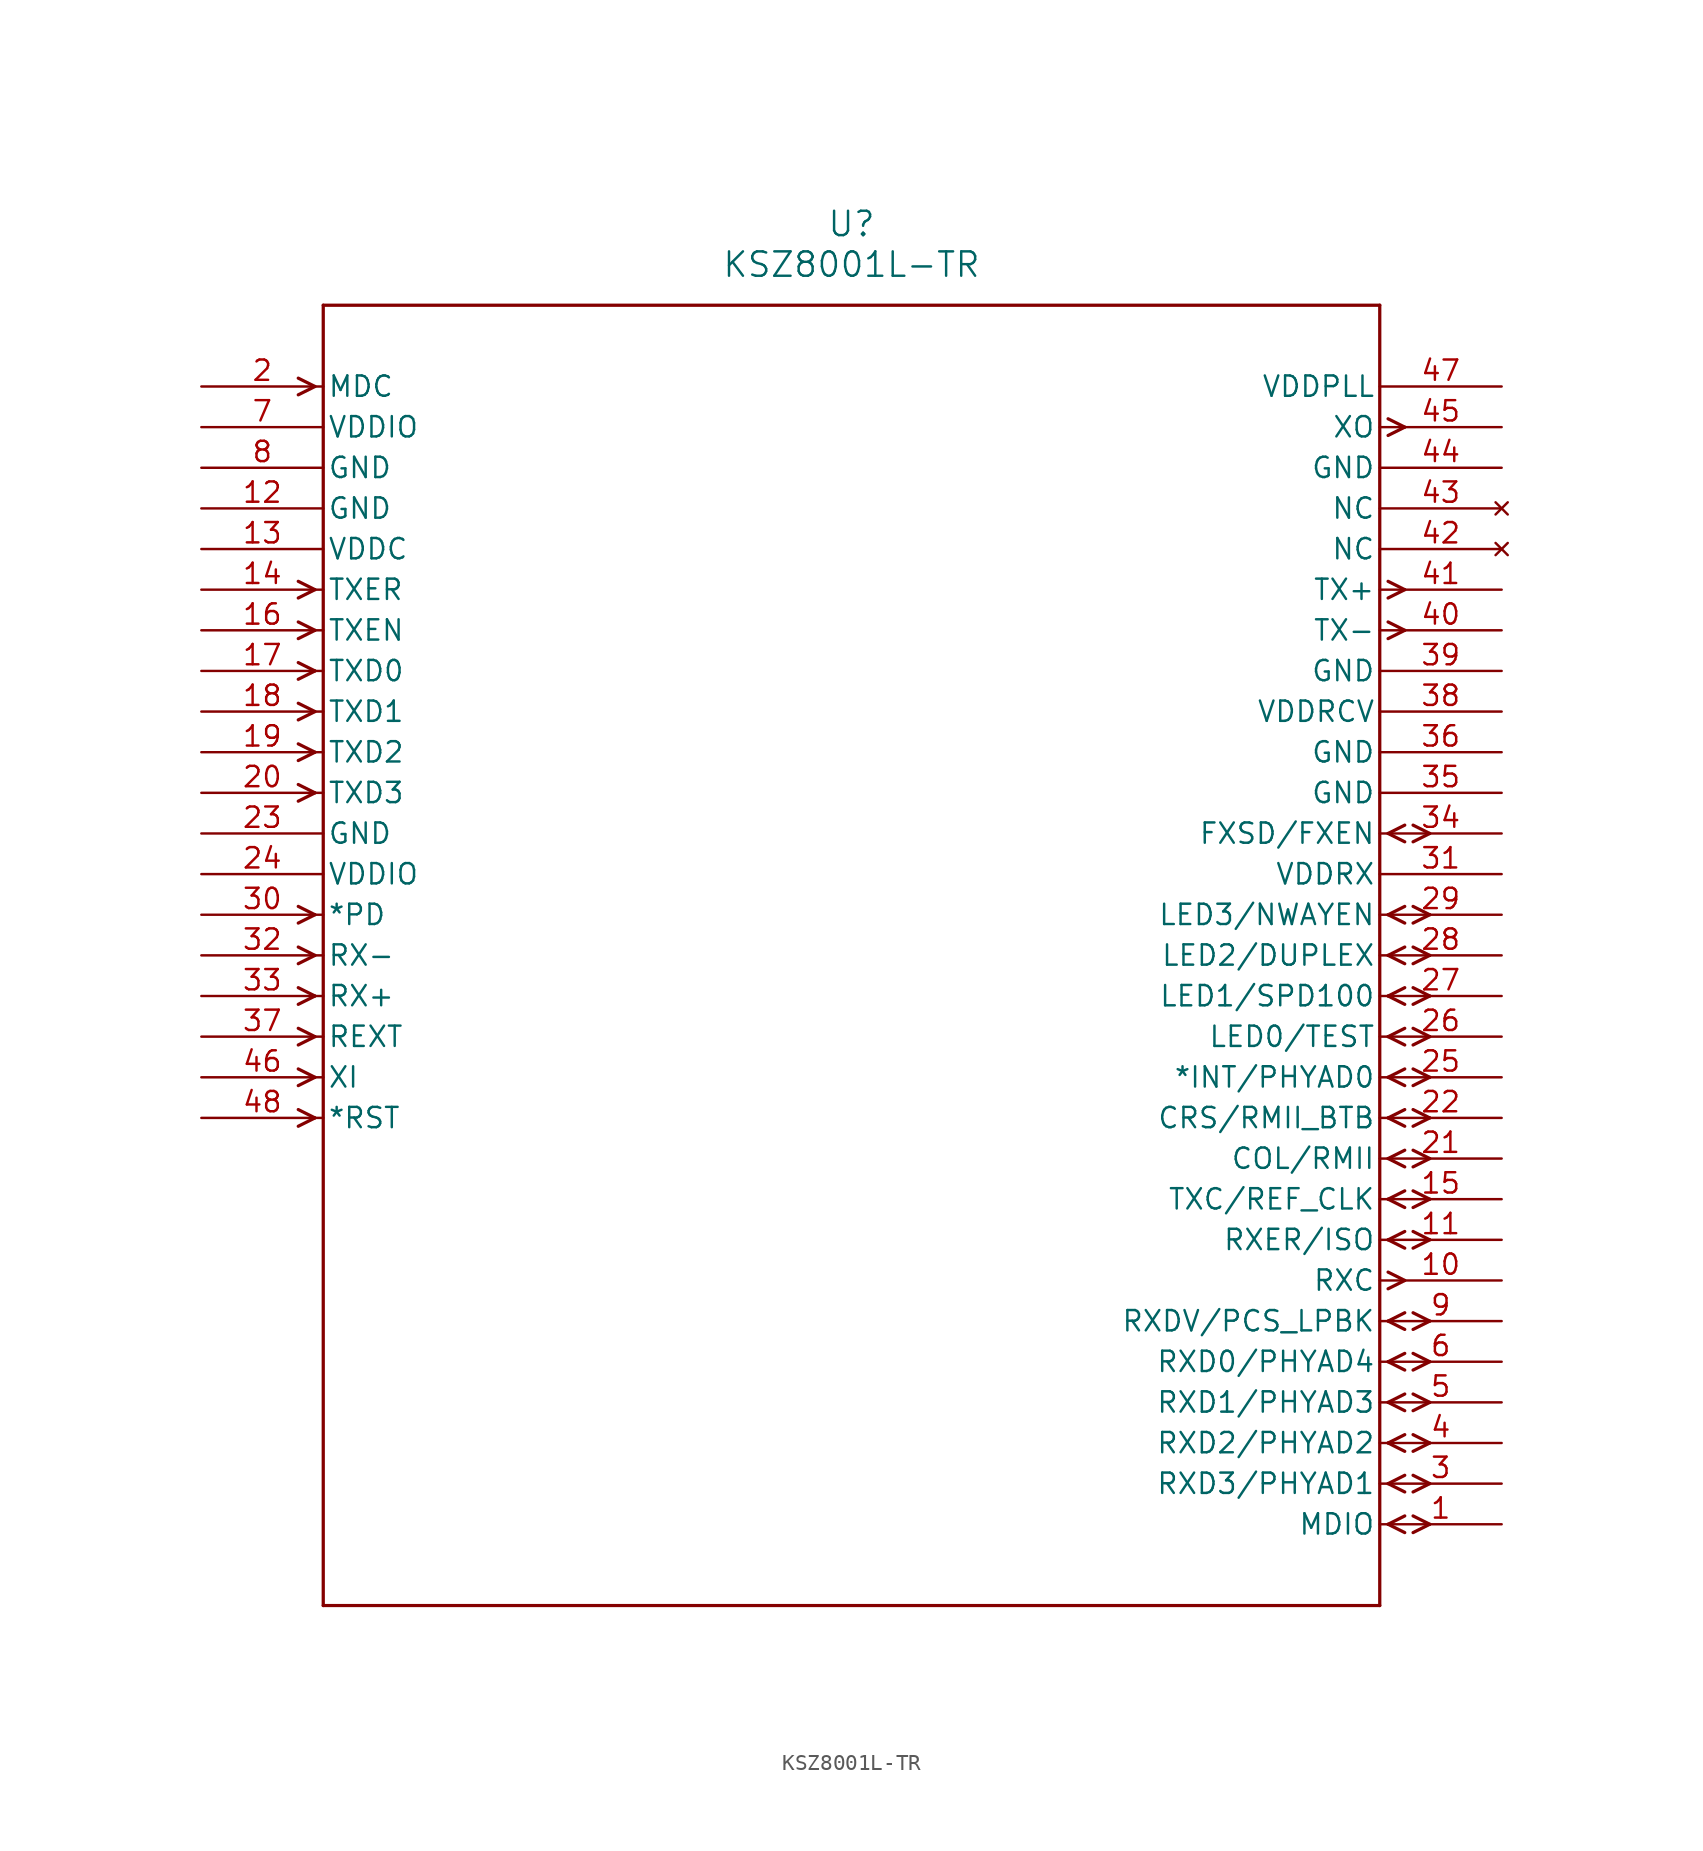
<source format=kicad_sym>
(kicad_symbol_lib
  (version 20211014)
  (generator kicad_symbol_editor)
  (symbol "KSZ8001L-TR"
    (pin_names
      (offset 0.254))
    (property "Reference" "U"
      (at 40.64 10.16 0)
      (effects (font (size 1.524 1.524))))
    (property "Value" "KSZ8001L-TR"
      (at 40.64 7.62 0)
      (effects (font (size 1.524 1.524))))
    (symbol "KSZ8001L-TR_0_1"
      (polyline (pts (xy 7.099 0) (xy 6.058 0.521)) (stroke (width 0.203) (type default) (color 0 0 0 0)) (fill (type none)))
      (polyline (pts (xy 7.099 0) (xy 6.058 -0.521)) (stroke (width 0.203) (type default) (color 0 0 0 0)) (fill (type none)))
      (polyline (pts (xy 7.099 -12.7) (xy 6.058 -12.179)) (stroke (width 0.203) (type default) (color 0 0 0 0)) (fill (type none)))
      (polyline (pts (xy 7.099 -12.7) (xy 6.058 -13.221)) (stroke (width 0.203) (type default) (color 0 0 0 0)) (fill (type none)))
      (polyline (pts (xy 7.099 -15.24) (xy 6.058 -14.719)) (stroke (width 0.203) (type default) (color 0 0 0 0)) (fill (type none)))
      (polyline (pts (xy 7.099 -15.24) (xy 6.058 -15.761)) (stroke (width 0.203) (type default) (color 0 0 0 0)) (fill (type none)))
      (polyline (pts (xy 7.099 -17.78) (xy 6.058 -17.259)) (stroke (width 0.203) (type default) (color 0 0 0 0)) (fill (type none)))
      (polyline (pts (xy 7.099 -17.78) (xy 6.058 -18.301)) (stroke (width 0.203) (type default) (color 0 0 0 0)) (fill (type none)))
      (polyline (pts (xy 7.099 -20.32) (xy 6.058 -19.799)) (stroke (width 0.203) (type default) (color 0 0 0 0)) (fill (type none)))
      (polyline (pts (xy 7.099 -20.32) (xy 6.058 -20.841)) (stroke (width 0.203) (type default) (color 0 0 0 0)) (fill (type none)))
      (polyline (pts (xy 7.099 -22.86) (xy 6.058 -22.339)) (stroke (width 0.203) (type default) (color 0 0 0 0)) (fill (type none)))
      (polyline (pts (xy 7.099 -22.86) (xy 6.058 -23.381)) (stroke (width 0.203) (type default) (color 0 0 0 0)) (fill (type none)))
      (polyline (pts (xy 7.099 -25.4) (xy 6.058 -24.879)) (stroke (width 0.203) (type default) (color 0 0 0 0)) (fill (type none)))
      (polyline (pts (xy 7.099 -25.4) (xy 6.058 -25.921)) (stroke (width 0.203) (type default) (color 0 0 0 0)) (fill (type none)))
      (polyline (pts (xy 7.099 -33.02) (xy 6.058 -32.499)) (stroke (width 0.203) (type default) (color 0 0 0 0)) (fill (type none)))
      (polyline (pts (xy 7.099 -33.02) (xy 6.058 -33.541)) (stroke (width 0.203) (type default) (color 0 0 0 0)) (fill (type none)))
      (polyline (pts (xy 7.099 -35.56) (xy 6.058 -35.039)) (stroke (width 0.203) (type default) (color 0 0 0 0)) (fill (type none)))
      (polyline (pts (xy 7.099 -35.56) (xy 6.058 -36.081)) (stroke (width 0.203) (type default) (color 0 0 0 0)) (fill (type none)))
      (polyline (pts (xy 7.099 -38.1) (xy 6.058 -37.579)) (stroke (width 0.203) (type default) (color 0 0 0 0)) (fill (type none)))
      (polyline (pts (xy 7.099 -38.1) (xy 6.058 -38.621)) (stroke (width 0.203) (type default) (color 0 0 0 0)) (fill (type none)))
      (polyline (pts (xy 7.099 -40.64) (xy 6.058 -40.119)) (stroke (width 0.203) (type default) (color 0 0 0 0)) (fill (type none)))
      (polyline (pts (xy 7.099 -40.64) (xy 6.058 -41.161)) (stroke (width 0.203) (type default) (color 0 0 0 0)) (fill (type none)))
      (polyline (pts (xy 7.099 -43.18) (xy 6.058 -42.659)) (stroke (width 0.203) (type default) (color 0 0 0 0)) (fill (type none)))
      (polyline (pts (xy 7.099 -43.18) (xy 6.058 -43.701)) (stroke (width 0.203) (type default) (color 0 0 0 0)) (fill (type none)))
      (polyline (pts (xy 7.099 -45.72) (xy 6.058 -45.199)) (stroke (width 0.203) (type default) (color 0 0 0 0)) (fill (type none)))
      (polyline (pts (xy 7.099 -45.72) (xy 6.058 -46.241)) (stroke (width 0.203) (type default) (color 0 0 0 0)) (fill (type none)))
      (polyline (pts (xy 74.181 -71.12) (xy 75.222 -70.599)) (stroke (width 0.203) (type default) (color 0 0 0 0)) (fill (type none)))
      (polyline (pts (xy 74.181 -71.12) (xy 75.222 -71.641)) (stroke (width 0.203) (type default) (color 0 0 0 0)) (fill (type none)))
      (polyline (pts (xy 75.743 -70.599) (xy 76.784 -71.12)) (stroke (width 0.203) (type default) (color 0 0 0 0)) (fill (type none)))
      (polyline (pts (xy 75.743 -71.641) (xy 76.784 -71.12)) (stroke (width 0.203) (type default) (color 0 0 0 0)) (fill (type none)))
      (polyline (pts (xy 74.181 -68.58) (xy 75.222 -68.059)) (stroke (width 0.203) (type default) (color 0 0 0 0)) (fill (type none)))
      (polyline (pts (xy 74.181 -68.58) (xy 75.222 -69.101)) (stroke (width 0.203) (type default) (color 0 0 0 0)) (fill (type none)))
      (polyline (pts (xy 75.743 -68.059) (xy 76.784 -68.58)) (stroke (width 0.203) (type default) (color 0 0 0 0)) (fill (type none)))
      (polyline (pts (xy 75.743 -69.101) (xy 76.784 -68.58)) (stroke (width 0.203) (type default) (color 0 0 0 0)) (fill (type none)))
      (polyline (pts (xy 74.181 -66.04) (xy 75.222 -65.519)) (stroke (width 0.203) (type default) (color 0 0 0 0)) (fill (type none)))
      (polyline (pts (xy 74.181 -66.04) (xy 75.222 -66.561)) (stroke (width 0.203) (type default) (color 0 0 0 0)) (fill (type none)))
      (polyline (pts (xy 75.743 -65.519) (xy 76.784 -66.04)) (stroke (width 0.203) (type default) (color 0 0 0 0)) (fill (type none)))
      (polyline (pts (xy 75.743 -66.561) (xy 76.784 -66.04)) (stroke (width 0.203) (type default) (color 0 0 0 0)) (fill (type none)))
      (polyline (pts (xy 74.181 -63.5) (xy 75.222 -62.979)) (stroke (width 0.203) (type default) (color 0 0 0 0)) (fill (type none)))
      (polyline (pts (xy 74.181 -63.5) (xy 75.222 -64.021)) (stroke (width 0.203) (type default) (color 0 0 0 0)) (fill (type none)))
      (polyline (pts (xy 75.743 -62.979) (xy 76.784 -63.5)) (stroke (width 0.203) (type default) (color 0 0 0 0)) (fill (type none)))
      (polyline (pts (xy 75.743 -64.021) (xy 76.784 -63.5)) (stroke (width 0.203) (type default) (color 0 0 0 0)) (fill (type none)))
      (polyline (pts (xy 74.181 -60.96) (xy 75.222 -60.439)) (stroke (width 0.203) (type default) (color 0 0 0 0)) (fill (type none)))
      (polyline (pts (xy 74.181 -60.96) (xy 75.222 -61.481)) (stroke (width 0.203) (type default) (color 0 0 0 0)) (fill (type none)))
      (polyline (pts (xy 75.743 -60.439) (xy 76.784 -60.96)) (stroke (width 0.203) (type default) (color 0 0 0 0)) (fill (type none)))
      (polyline (pts (xy 75.743 -61.481) (xy 76.784 -60.96)) (stroke (width 0.203) (type default) (color 0 0 0 0)) (fill (type none)))
      (polyline (pts (xy 74.181 -58.42) (xy 75.222 -57.899)) (stroke (width 0.203) (type default) (color 0 0 0 0)) (fill (type none)))
      (polyline (pts (xy 74.181 -58.42) (xy 75.222 -58.941)) (stroke (width 0.203) (type default) (color 0 0 0 0)) (fill (type none)))
      (polyline (pts (xy 75.743 -57.899) (xy 76.784 -58.42)) (stroke (width 0.203) (type default) (color 0 0 0 0)) (fill (type none)))
      (polyline (pts (xy 75.743 -58.941) (xy 76.784 -58.42)) (stroke (width 0.203) (type default) (color 0 0 0 0)) (fill (type none)))
      (polyline (pts (xy 74.181 -55.359) (xy 75.222 -55.88)) (stroke (width 0.203) (type default) (color 0 0 0 0)) (fill (type none)))
      (polyline (pts (xy 74.181 -56.401) (xy 75.222 -55.88)) (stroke (width 0.203) (type default) (color 0 0 0 0)) (fill (type none)))
      (polyline (pts (xy 74.181 -53.34) (xy 75.222 -52.819)) (stroke (width 0.203) (type default) (color 0 0 0 0)) (fill (type none)))
      (polyline (pts (xy 74.181 -53.34) (xy 75.222 -53.861)) (stroke (width 0.203) (type default) (color 0 0 0 0)) (fill (type none)))
      (polyline (pts (xy 75.743 -52.819) (xy 76.784 -53.34)) (stroke (width 0.203) (type default) (color 0 0 0 0)) (fill (type none)))
      (polyline (pts (xy 75.743 -53.861) (xy 76.784 -53.34)) (stroke (width 0.203) (type default) (color 0 0 0 0)) (fill (type none)))
      (polyline (pts (xy 74.181 -50.8) (xy 75.222 -50.279)) (stroke (width 0.203) (type default) (color 0 0 0 0)) (fill (type none)))
      (polyline (pts (xy 74.181 -50.8) (xy 75.222 -51.321)) (stroke (width 0.203) (type default) (color 0 0 0 0)) (fill (type none)))
      (polyline (pts (xy 75.743 -50.279) (xy 76.784 -50.8)) (stroke (width 0.203) (type default) (color 0 0 0 0)) (fill (type none)))
      (polyline (pts (xy 75.743 -51.321) (xy 76.784 -50.8)) (stroke (width 0.203) (type default) (color 0 0 0 0)) (fill (type none)))
      (polyline (pts (xy 74.181 -48.26) (xy 75.222 -47.739)) (stroke (width 0.203) (type default) (color 0 0 0 0)) (fill (type none)))
      (polyline (pts (xy 74.181 -48.26) (xy 75.222 -48.781)) (stroke (width 0.203) (type default) (color 0 0 0 0)) (fill (type none)))
      (polyline (pts (xy 75.743 -47.739) (xy 76.784 -48.26)) (stroke (width 0.203) (type default) (color 0 0 0 0)) (fill (type none)))
      (polyline (pts (xy 75.743 -48.781) (xy 76.784 -48.26)) (stroke (width 0.203) (type default) (color 0 0 0 0)) (fill (type none)))
      (polyline (pts (xy 74.181 -45.72) (xy 75.222 -45.199)) (stroke (width 0.203) (type default) (color 0 0 0 0)) (fill (type none)))
      (polyline (pts (xy 74.181 -45.72) (xy 75.222 -46.241)) (stroke (width 0.203) (type default) (color 0 0 0 0)) (fill (type none)))
      (polyline (pts (xy 75.743 -45.199) (xy 76.784 -45.72)) (stroke (width 0.203) (type default) (color 0 0 0 0)) (fill (type none)))
      (polyline (pts (xy 75.743 -46.241) (xy 76.784 -45.72)) (stroke (width 0.203) (type default) (color 0 0 0 0)) (fill (type none)))
      (polyline (pts (xy 74.181 -43.18) (xy 75.222 -42.659)) (stroke (width 0.203) (type default) (color 0 0 0 0)) (fill (type none)))
      (polyline (pts (xy 74.181 -43.18) (xy 75.222 -43.701)) (stroke (width 0.203) (type default) (color 0 0 0 0)) (fill (type none)))
      (polyline (pts (xy 75.743 -42.659) (xy 76.784 -43.18)) (stroke (width 0.203) (type default) (color 0 0 0 0)) (fill (type none)))
      (polyline (pts (xy 75.743 -43.701) (xy 76.784 -43.18)) (stroke (width 0.203) (type default) (color 0 0 0 0)) (fill (type none)))
      (polyline (pts (xy 74.181 -40.64) (xy 75.222 -40.119)) (stroke (width 0.203) (type default) (color 0 0 0 0)) (fill (type none)))
      (polyline (pts (xy 74.181 -40.64) (xy 75.222 -41.161)) (stroke (width 0.203) (type default) (color 0 0 0 0)) (fill (type none)))
      (polyline (pts (xy 75.743 -40.119) (xy 76.784 -40.64)) (stroke (width 0.203) (type default) (color 0 0 0 0)) (fill (type none)))
      (polyline (pts (xy 75.743 -41.161) (xy 76.784 -40.64)) (stroke (width 0.203) (type default) (color 0 0 0 0)) (fill (type none)))
      (polyline (pts (xy 74.181 -38.1) (xy 75.222 -37.579)) (stroke (width 0.203) (type default) (color 0 0 0 0)) (fill (type none)))
      (polyline (pts (xy 74.181 -38.1) (xy 75.222 -38.621)) (stroke (width 0.203) (type default) (color 0 0 0 0)) (fill (type none)))
      (polyline (pts (xy 75.743 -37.579) (xy 76.784 -38.1)) (stroke (width 0.203) (type default) (color 0 0 0 0)) (fill (type none)))
      (polyline (pts (xy 75.743 -38.621) (xy 76.784 -38.1)) (stroke (width 0.203) (type default) (color 0 0 0 0)) (fill (type none)))
      (polyline (pts (xy 74.181 -35.56) (xy 75.222 -35.039)) (stroke (width 0.203) (type default) (color 0 0 0 0)) (fill (type none)))
      (polyline (pts (xy 74.181 -35.56) (xy 75.222 -36.081)) (stroke (width 0.203) (type default) (color 0 0 0 0)) (fill (type none)))
      (polyline (pts (xy 75.743 -35.039) (xy 76.784 -35.56)) (stroke (width 0.203) (type default) (color 0 0 0 0)) (fill (type none)))
      (polyline (pts (xy 75.743 -36.081) (xy 76.784 -35.56)) (stroke (width 0.203) (type default) (color 0 0 0 0)) (fill (type none)))
      (polyline (pts (xy 74.181 -33.02) (xy 75.222 -32.499)) (stroke (width 0.203) (type default) (color 0 0 0 0)) (fill (type none)))
      (polyline (pts (xy 74.181 -33.02) (xy 75.222 -33.541)) (stroke (width 0.203) (type default) (color 0 0 0 0)) (fill (type none)))
      (polyline (pts (xy 75.743 -32.499) (xy 76.784 -33.02)) (stroke (width 0.203) (type default) (color 0 0 0 0)) (fill (type none)))
      (polyline (pts (xy 75.743 -33.541) (xy 76.784 -33.02)) (stroke (width 0.203) (type default) (color 0 0 0 0)) (fill (type none)))
      (polyline (pts (xy 74.181 -27.94) (xy 75.222 -27.419)) (stroke (width 0.203) (type default) (color 0 0 0 0)) (fill (type none)))
      (polyline (pts (xy 74.181 -27.94) (xy 75.222 -28.461)) (stroke (width 0.203) (type default) (color 0 0 0 0)) (fill (type none)))
      (polyline (pts (xy 75.743 -27.419) (xy 76.784 -27.94)) (stroke (width 0.203) (type default) (color 0 0 0 0)) (fill (type none)))
      (polyline (pts (xy 75.743 -28.461) (xy 76.784 -27.94)) (stroke (width 0.203) (type default) (color 0 0 0 0)) (fill (type none)))
      (polyline (pts (xy 74.181 -14.719) (xy 75.222 -15.24)) (stroke (width 0.203) (type default) (color 0 0 0 0)) (fill (type none)))
      (polyline (pts (xy 74.181 -15.761) (xy 75.222 -15.24)) (stroke (width 0.203) (type default) (color 0 0 0 0)) (fill (type none)))
      (polyline (pts (xy 74.181 -12.179) (xy 75.222 -12.7)) (stroke (width 0.203) (type default) (color 0 0 0 0)) (fill (type none)))
      (polyline (pts (xy 74.181 -13.221) (xy 75.222 -12.7)) (stroke (width 0.203) (type default) (color 0 0 0 0)) (fill (type none)))
      (polyline (pts (xy 74.181 -2.019) (xy 75.222 -2.54)) (stroke (width 0.203) (type default) (color 0 0 0 0)) (fill (type none)))
      (polyline (pts (xy 74.181 -3.061) (xy 75.222 -2.54)) (stroke (width 0.203) (type default) (color 0 0 0 0)) (fill (type none)))
      (polyline (pts (xy 7.62 5.08) (xy 7.62 -76.2)) (stroke (width 0.203) (type default) (color 0 0 0 0)) (fill (type none)))
      (polyline (pts (xy 7.62 -76.2) (xy 73.66 -76.2)) (stroke (width 0.203) (type default) (color 0 0 0 0)) (fill (type none)))
      (polyline (pts (xy 73.66 -76.2) (xy 73.66 5.08)) (stroke (width 0.203) (type default) (color 0 0 0 0)) (fill (type none)))
      (polyline (pts (xy 73.66 5.08) (xy 7.62 5.08)) (stroke (width 0.203) (type default) (color 0 0 0 0)) (fill (type none)))
      (pin bidirectional line (at 81.28 -71.12 180) (length 7.62) (name "MDIO" (effects (font (size 1.27 1.27)))) (number "1" (effects (font (size 1.27 1.27)))))
      (pin input line (at 0 0 0) (length 7.62) (name "MDC" (effects (font (size 1.27 1.27)))) (number "2" (effects (font (size 1.27 1.27)))))
      (pin bidirectional line (at 81.28 -68.58 180) (length 7.62) (name "RXD3/PHYAD1" (effects (font (size 1.27 1.27)))) (number "3" (effects (font (size 1.27 1.27)))))
      (pin bidirectional line (at 81.28 -66.04 180) (length 7.62) (name "RXD2/PHYAD2" (effects (font (size 1.27 1.27)))) (number "4" (effects (font (size 1.27 1.27)))))
      (pin bidirectional line (at 81.28 -63.5 180) (length 7.62) (name "RXD1/PHYAD3" (effects (font (size 1.27 1.27)))) (number "5" (effects (font (size 1.27 1.27)))))
      (pin bidirectional line (at 81.28 -60.96 180) (length 7.62) (name "RXD0/PHYAD4" (effects (font (size 1.27 1.27)))) (number "6" (effects (font (size 1.27 1.27)))))
      (pin power_in line (at 0 -2.54 0) (length 7.62) (name "VDDIO" (effects (font (size 1.27 1.27)))) (number "7" (effects (font (size 1.27 1.27)))))
      (pin power_in line (at 0 -5.08 0) (length 7.62) (name "GND" (effects (font (size 1.27 1.27)))) (number "8" (effects (font (size 1.27 1.27)))))
      (pin bidirectional line (at 81.28 -58.42 180) (length 7.62) (name "RXDV/PCS_LPBK" (effects (font (size 1.27 1.27)))) (number "9" (effects (font (size 1.27 1.27)))))
      (pin output line (at 81.28 -55.88 180) (length 7.62) (name "RXC" (effects (font (size 1.27 1.27)))) (number "10" (effects (font (size 1.27 1.27)))))
      (pin bidirectional line (at 81.28 -53.34 180) (length 7.62) (name "RXER/ISO" (effects (font (size 1.27 1.27)))) (number "11" (effects (font (size 1.27 1.27)))))
      (pin power_in line (at 0 -7.62 0) (length 7.62) (name "GND" (effects (font (size 1.27 1.27)))) (number "12" (effects (font (size 1.27 1.27)))))
      (pin power_in line (at 0 -10.16 0) (length 7.62) (name "VDDC" (effects (font (size 1.27 1.27)))) (number "13" (effects (font (size 1.27 1.27)))))
      (pin input line (at 0 -12.7 0) (length 7.62) (name "TXER" (effects (font (size 1.27 1.27)))) (number "14" (effects (font (size 1.27 1.27)))))
      (pin bidirectional line (at 81.28 -50.8 180) (length 7.62) (name "TXC/REF_CLK" (effects (font (size 1.27 1.27)))) (number "15" (effects (font (size 1.27 1.27)))))
      (pin input line (at 0 -15.24 0) (length 7.62) (name "TXEN" (effects (font (size 1.27 1.27)))) (number "16" (effects (font (size 1.27 1.27)))))
      (pin input line (at 0 -17.78 0) (length 7.62) (name "TXD0" (effects (font (size 1.27 1.27)))) (number "17" (effects (font (size 1.27 1.27)))))
      (pin input line (at 0 -20.32 0) (length 7.62) (name "TXD1" (effects (font (size 1.27 1.27)))) (number "18" (effects (font (size 1.27 1.27)))))
      (pin input line (at 0 -22.86 0) (length 7.62) (name "TXD2" (effects (font (size 1.27 1.27)))) (number "19" (effects (font (size 1.27 1.27)))))
      (pin input line (at 0 -25.4 0) (length 7.62) (name "TXD3" (effects (font (size 1.27 1.27)))) (number "20" (effects (font (size 1.27 1.27)))))
      (pin bidirectional line (at 81.28 -48.26 180) (length 7.62) (name "COL/RMII" (effects (font (size 1.27 1.27)))) (number "21" (effects (font (size 1.27 1.27)))))
      (pin bidirectional line (at 81.28 -45.72 180) (length 7.62) (name "CRS/RMII_BTB" (effects (font (size 1.27 1.27)))) (number "22" (effects (font (size 1.27 1.27)))))
      (pin power_in line (at 0 -27.94 0) (length 7.62) (name "GND" (effects (font (size 1.27 1.27)))) (number "23" (effects (font (size 1.27 1.27)))))
      (pin power_in line (at 0 -30.48 0) (length 7.62) (name "VDDIO" (effects (font (size 1.27 1.27)))) (number "24" (effects (font (size 1.27 1.27)))))
      (pin bidirectional line (at 81.28 -43.18 180) (length 7.62) (name "*INT/PHYAD0" (effects (font (size 1.27 1.27)))) (number "25" (effects (font (size 1.27 1.27)))))
      (pin bidirectional line (at 81.28 -40.64 180) (length 7.62) (name "LED0/TEST" (effects (font (size 1.27 1.27)))) (number "26" (effects (font (size 1.27 1.27)))))
      (pin bidirectional line (at 81.28 -38.1 180) (length 7.62) (name "LED1/SPD100" (effects (font (size 1.27 1.27)))) (number "27" (effects (font (size 1.27 1.27)))))
      (pin bidirectional line (at 81.28 -35.56 180) (length 7.62) (name "LED2/DUPLEX" (effects (font (size 1.27 1.27)))) (number "28" (effects (font (size 1.27 1.27)))))
      (pin bidirectional line (at 81.28 -33.02 180) (length 7.62) (name "LED3/NWAYEN" (effects (font (size 1.27 1.27)))) (number "29" (effects (font (size 1.27 1.27)))))
      (pin input line (at 0 -33.02 0) (length 7.62) (name "*PD" (effects (font (size 1.27 1.27)))) (number "30" (effects (font (size 1.27 1.27)))))
      (pin power_in line (at 81.28 -30.48 180) (length 7.62) (name "VDDRX" (effects (font (size 1.27 1.27)))) (number "31" (effects (font (size 1.27 1.27)))))
      (pin input line (at 0 -35.56 0) (length 7.62) (name "RX-" (effects (font (size 1.27 1.27)))) (number "32" (effects (font (size 1.27 1.27)))))
      (pin input line (at 0 -38.1 0) (length 7.62) (name "RX+" (effects (font (size 1.27 1.27)))) (number "33" (effects (font (size 1.27 1.27)))))
      (pin bidirectional line (at 81.28 -27.94 180) (length 7.62) (name "FXSD/FXEN" (effects (font (size 1.27 1.27)))) (number "34" (effects (font (size 1.27 1.27)))))
      (pin power_in line (at 81.28 -25.4 180) (length 7.62) (name "GND" (effects (font (size 1.27 1.27)))) (number "35" (effects (font (size 1.27 1.27)))))
      (pin power_in line (at 81.28 -22.86 180) (length 7.62) (name "GND" (effects (font (size 1.27 1.27)))) (number "36" (effects (font (size 1.27 1.27)))))
      (pin input line (at 0 -40.64 0) (length 7.62) (name "REXT" (effects (font (size 1.27 1.27)))) (number "37" (effects (font (size 1.27 1.27)))))
      (pin power_in line (at 81.28 -20.32 180) (length 7.62) (name "VDDRCV" (effects (font (size 1.27 1.27)))) (number "38" (effects (font (size 1.27 1.27)))))
      (pin power_in line (at 81.28 -17.78 180) (length 7.62) (name "GND" (effects (font (size 1.27 1.27)))) (number "39" (effects (font (size 1.27 1.27)))))
      (pin output line (at 81.28 -15.24 180) (length 7.62) (name "TX-" (effects (font (size 1.27 1.27)))) (number "40" (effects (font (size 1.27 1.27)))))
      (pin output line (at 81.28 -12.7 180) (length 7.62) (name "TX+" (effects (font (size 1.27 1.27)))) (number "41" (effects (font (size 1.27 1.27)))))
      (pin no_connect line (at 81.28 -10.16 180) (length 7.62) (name "NC" (effects (font (size 1.27 1.27)))) (number "42" (effects (font (size 1.27 1.27)))))
      (pin no_connect line (at 81.28 -7.62 180) (length 7.62) (name "NC" (effects (font (size 1.27 1.27)))) (number "43" (effects (font (size 1.27 1.27)))))
      (pin power_in line (at 81.28 -5.08 180) (length 7.62) (name "GND" (effects (font (size 1.27 1.27)))) (number "44" (effects (font (size 1.27 1.27)))))
      (pin output line (at 81.28 -2.54 180) (length 7.62) (name "XO" (effects (font (size 1.27 1.27)))) (number "45" (effects (font (size 1.27 1.27)))))
      (pin input line (at 0 -43.18 0) (length 7.62) (name "XI" (effects (font (size 1.27 1.27)))) (number "46" (effects (font (size 1.27 1.27)))))
      (pin power_in line (at 81.28 0 180) (length 7.62) (name "VDDPLL" (effects (font (size 1.27 1.27)))) (number "47" (effects (font (size 1.27 1.27)))))
      (pin input line (at 0 -45.72 0) (length 7.62) (name "*RST" (effects (font (size 1.27 1.27)))) (number "48" (effects (font (size 1.27 1.27))))))))
</source>
